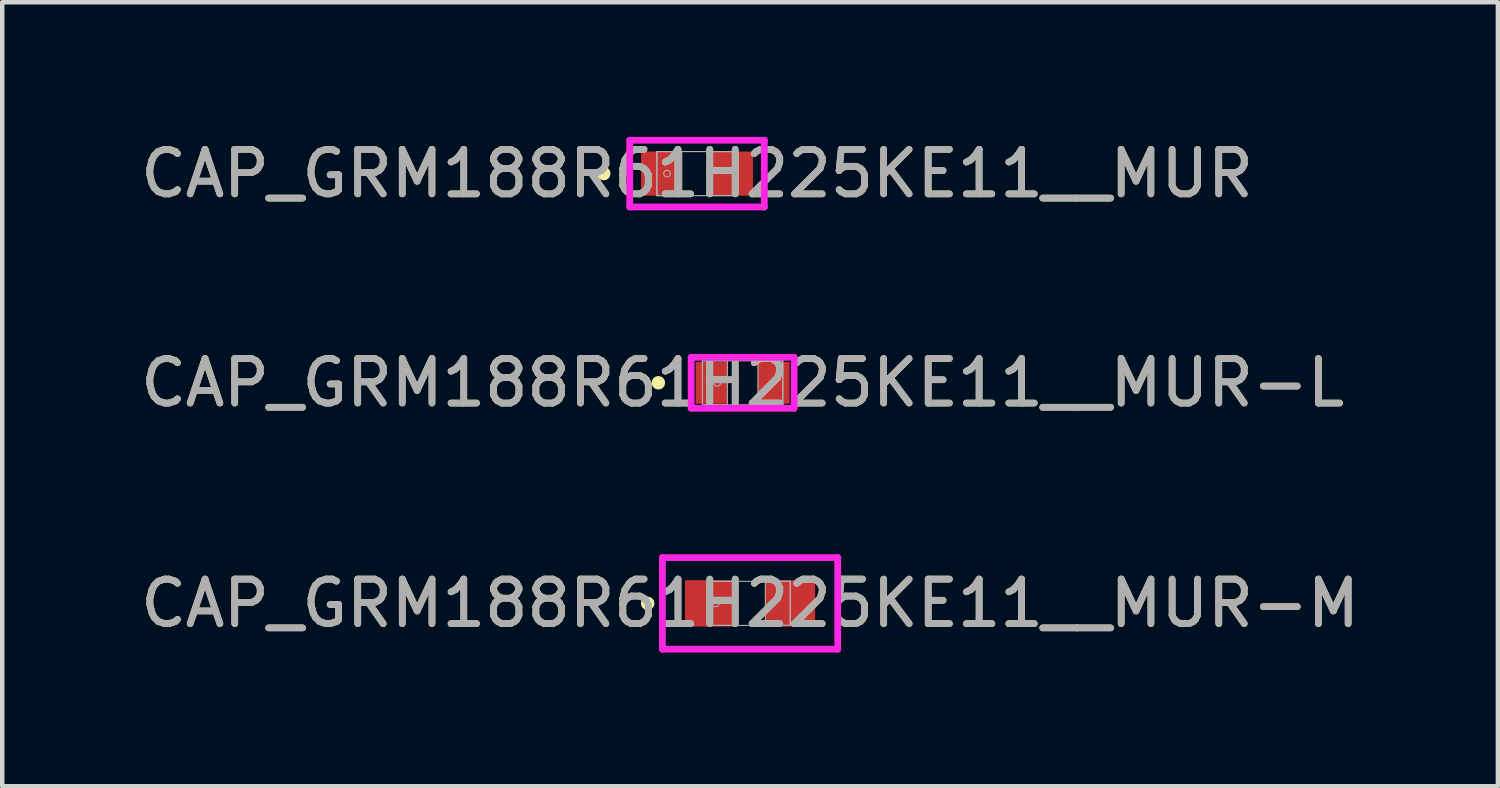
<source format=kicad_pcb>
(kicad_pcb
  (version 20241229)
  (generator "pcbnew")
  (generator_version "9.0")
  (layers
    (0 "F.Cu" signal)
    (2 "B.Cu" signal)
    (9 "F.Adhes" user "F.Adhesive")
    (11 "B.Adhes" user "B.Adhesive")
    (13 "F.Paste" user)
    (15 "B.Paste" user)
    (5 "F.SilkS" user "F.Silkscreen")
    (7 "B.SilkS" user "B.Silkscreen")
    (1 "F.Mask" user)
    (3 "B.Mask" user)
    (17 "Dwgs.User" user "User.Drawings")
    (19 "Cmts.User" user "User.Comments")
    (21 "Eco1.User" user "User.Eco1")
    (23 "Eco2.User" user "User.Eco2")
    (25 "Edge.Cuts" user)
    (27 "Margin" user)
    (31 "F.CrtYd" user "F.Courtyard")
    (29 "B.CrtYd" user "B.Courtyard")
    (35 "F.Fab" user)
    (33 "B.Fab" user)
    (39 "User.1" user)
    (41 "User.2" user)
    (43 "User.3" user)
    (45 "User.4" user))
  (footprint "CAP_GRM188R61H225KE11__MUR"
    (layer "F.Cu")
    (at 12.601 0.848)
    (property "Reference" "CAP_GRM188R61H225KE11__MUR" (at 0 0 0) (unlocked yes) (layer "F.SilkS") (effects (font (size 1 1) (thickness 0.15))))
    (attr smd)
    (fp_circle (center -2.095 0) (end -2.019 0) (stroke (width 0.152) (type solid)) (fill no) (layer "F.SilkS"))
    (fp_line (start -1.511 -0.749) (end 1.511 -0.749) (stroke (width 0.152) (type solid)) (layer "F.CrtYd"))
    (fp_line (start -1.511 0.749) (end -1.511 -0.749) (stroke (width 0.152) (type solid)) (layer "F.CrtYd"))
    (fp_line (start 1.511 -0.749) (end 1.511 0.749) (stroke (width 0.152) (type solid)) (layer "F.CrtYd"))
    (fp_line (start 1.511 0.749) (end -1.511 0.749) (stroke (width 0.152) (type solid)) (layer "F.CrtYd"))
    (fp_line (start -0.902 -0.495) (end -0.902 0.495) (stroke (width 0.025) (type solid)) (layer "F.Fab"))
    (fp_line (start -0.902 -0.495) (end -0.902 0.495) (stroke (width 0.025) (type solid)) (layer "F.Fab"))
    (fp_line (start -0.902 0.495) (end -0.343 0.495) (stroke (width 0.025) (type solid)) (layer "F.Fab"))
    (fp_line (start -0.902 0.495) (end 0.902 0.495) (stroke (width 0.025) (type solid)) (layer "F.Fab"))
    (fp_line (start -0.343 -0.495) (end -0.902 -0.495) (stroke (width 0.025) (type solid)) (layer "F.Fab"))
    (fp_line (start -0.343 0.495) (end -0.343 -0.495) (stroke (width 0.025) (type solid)) (layer "F.Fab"))
    (fp_line (start 0.343 -0.495) (end 0.343 0.495) (stroke (width 0.025) (type solid)) (layer "F.Fab"))
    (fp_line (start 0.343 0.495) (end 0.902 0.495) (stroke (width 0.025) (type solid)) (layer "F.Fab"))
    (fp_line (start 0.902 -0.495) (end -0.902 -0.495) (stroke (width 0.025) (type solid)) (layer "F.Fab"))
    (fp_line (start 0.902 -0.495) (end 0.343 -0.495) (stroke (width 0.025) (type solid)) (layer "F.Fab"))
    (fp_line (start 0.902 0.495) (end 0.902 -0.495) (stroke (width 0.025) (type solid)) (layer "F.Fab"))
    (fp_line (start 0.902 0.495) (end 0.902 -0.495) (stroke (width 0.025) (type solid)) (layer "F.Fab"))
    (fp_circle (center -0.673 0) (end -0.597 0) (stroke (width 0.025) (type solid)) (fill no) (layer "F.Fab"))
    (fp_text user "${REFERENCE}" (at 0 0 0) (unlocked yes) (layer "F.Fab") (effects (font (size 1 1) (thickness 0.15))))
    (pad "1" smd rect (at -0.8 0) (size 0.914 0.991) (layers "F.Cu" "F.Mask" "F.Paste"))
    (pad "2" smd rect (at 0.8 0) (size 0.914 0.991) (layers "F.Cu" "F.Mask" "F.Paste"))
    (zone (net_name "") (layer "F.Cu") (hatch full 0.508) (connect_pads) (min_thickness 0.254) (filled_areas_thickness no) (keepout (tracks not_allowed) (vias not_allowed) (pads allowed) (copperpour not_allowed) (footprints allowed)) (placement (enabled no)) (fill) (polygon (pts (xy 12.309 0.404) (xy 12.893 0.404) (xy 12.893 1.293) (xy 12.309 1.293)))))
  (footprint "CAP_GRM188R61H225KE11__MUR-L"
    (layer "F.Cu")
    (at 13.625 5.545)
    (property "Reference" "CAP_GRM188R61H225KE11__MUR-L" (at 0 0 0) (unlocked yes) (layer "F.SilkS") (effects (font (size 1 1) (thickness 0.15))))
    (attr smd)
    (fp_circle (center -1.892 0) (end -1.816 0) (stroke (width 0.152) (type solid)) (fill no) (layer "F.SilkS"))
    (fp_line (start -1.156 -0.572) (end 1.156 -0.572) (stroke (width 0.152) (type solid)) (layer "F.CrtYd"))
    (fp_line (start -1.156 0.572) (end -1.156 -0.572) (stroke (width 0.152) (type solid)) (layer "F.CrtYd"))
    (fp_line (start 1.156 -0.572) (end 1.156 0.572) (stroke (width 0.152) (type solid)) (layer "F.CrtYd"))
    (fp_line (start 1.156 0.572) (end -1.156 0.572) (stroke (width 0.152) (type solid)) (layer "F.CrtYd"))
    (fp_line (start -0.902 -0.495) (end -0.902 0.495) (stroke (width 0.025) (type solid)) (layer "F.Fab"))
    (fp_line (start -0.902 -0.495) (end -0.902 0.495) (stroke (width 0.025) (type solid)) (layer "F.Fab"))
    (fp_line (start -0.902 0.495) (end -0.343 0.495) (stroke (width 0.025) (type solid)) (layer "F.Fab"))
    (fp_line (start -0.902 0.495) (end 0.902 0.495) (stroke (width 0.025) (type solid)) (layer "F.Fab"))
    (fp_line (start -0.343 -0.495) (end -0.902 -0.495) (stroke (width 0.025) (type solid)) (layer "F.Fab"))
    (fp_line (start -0.343 0.495) (end -0.343 -0.495) (stroke (width 0.025) (type solid)) (layer "F.Fab"))
    (fp_line (start 0.343 -0.495) (end 0.343 0.495) (stroke (width 0.025) (type solid)) (layer "F.Fab"))
    (fp_line (start 0.343 0.495) (end 0.902 0.495) (stroke (width 0.025) (type solid)) (layer "F.Fab"))
    (fp_line (start 0.902 -0.495) (end -0.902 -0.495) (stroke (width 0.025) (type solid)) (layer "F.Fab"))
    (fp_line (start 0.902 -0.495) (end 0.343 -0.495) (stroke (width 0.025) (type solid)) (layer "F.Fab"))
    (fp_line (start 0.902 0.495) (end 0.902 -0.495) (stroke (width 0.025) (type solid)) (layer "F.Fab"))
    (fp_line (start 0.902 0.495) (end 0.902 -0.495) (stroke (width 0.025) (type solid)) (layer "F.Fab"))
    (fp_circle (center -0.572 0) (end -0.495 0) (stroke (width 0.025) (type solid)) (fill no) (layer "F.Fab"))
    (fp_text user "${REFERENCE}" (at 0 0 0) (unlocked yes) (layer "F.Fab") (effects (font (size 1 1) (thickness 0.15))))
    (pad "1" smd rect (at -0.699 0) (size 0.711 0.94) (layers "F.Cu" "F.Mask" "F.Paste"))
    (pad "2" smd rect (at 0.699 0) (size 0.711 0.94) (layers "F.Cu" "F.Mask" "F.Paste"))
    (zone (net_name "") (layer "F.Cu") (hatch full 0.508) (connect_pads) (min_thickness 0.254) (filled_areas_thickness no) (keepout (tracks not_allowed) (vias not_allowed) (pads allowed) (copperpour not_allowed) (footprints allowed)) (placement (enabled no)) (fill) (polygon (pts (xy 13.333 5.1) (xy 13.917 5.1) (xy 13.917 5.989) (xy 13.333 5.989)))))
  (footprint "CAP_GRM188R61H225KE11__MUR-M"
    (layer "F.Cu")
    (at 13.792 10.498)
    (property "Reference" "CAP_GRM188R61H225KE11__MUR-M" (at 0 0 0) (unlocked yes) (layer "F.SilkS") (effects (font (size 1 1) (thickness 0.15))))
    (attr smd)
    (fp_circle (center -2.299 0) (end -2.223 0) (stroke (width 0.152) (type solid)) (fill no) (layer "F.SilkS"))
    (fp_line (start -1.968 -1.029) (end 1.968 -1.029) (stroke (width 0.152) (type solid)) (layer "F.CrtYd"))
    (fp_line (start -1.968 1.029) (end -1.968 -1.029) (stroke (width 0.152) (type solid)) (layer "F.CrtYd"))
    (fp_line (start 1.968 -1.029) (end 1.968 1.029) (stroke (width 0.152) (type solid)) (layer "F.CrtYd"))
    (fp_line (start 1.968 1.029) (end -1.968 1.029) (stroke (width 0.152) (type solid)) (layer "F.CrtYd"))
    (fp_line (start -0.902 -0.495) (end -0.902 0.495) (stroke (width 0.025) (type solid)) (layer "F.Fab"))
    (fp_line (start -0.902 -0.495) (end -0.902 0.495) (stroke (width 0.025) (type solid)) (layer "F.Fab"))
    (fp_line (start -0.902 0.495) (end -0.343 0.495) (stroke (width 0.025) (type solid)) (layer "F.Fab"))
    (fp_line (start -0.902 0.495) (end 0.902 0.495) (stroke (width 0.025) (type solid)) (layer "F.Fab"))
    (fp_line (start -0.343 -0.495) (end -0.902 -0.495) (stroke (width 0.025) (type solid)) (layer "F.Fab"))
    (fp_line (start -0.343 0.495) (end -0.343 -0.495) (stroke (width 0.025) (type solid)) (layer "F.Fab"))
    (fp_line (start 0.343 -0.495) (end 0.343 0.495) (stroke (width 0.025) (type solid)) (layer "F.Fab"))
    (fp_line (start 0.343 0.495) (end 0.902 0.495) (stroke (width 0.025) (type solid)) (layer "F.Fab"))
    (fp_line (start 0.902 -0.495) (end -0.902 -0.495) (stroke (width 0.025) (type solid)) (layer "F.Fab"))
    (fp_line (start 0.902 -0.495) (end 0.343 -0.495) (stroke (width 0.025) (type solid)) (layer "F.Fab"))
    (fp_line (start 0.902 0.495) (end 0.902 -0.495) (stroke (width 0.025) (type solid)) (layer "F.Fab"))
    (fp_line (start 0.902 0.495) (end 0.902 -0.495) (stroke (width 0.025) (type solid)) (layer "F.Fab"))
    (fp_circle (center -0.775 0) (end -0.699 0) (stroke (width 0.025) (type solid)) (fill no) (layer "F.Fab"))
    (fp_text user "${REFERENCE}" (at 0 0 0) (unlocked yes) (layer "F.Fab") (effects (font (size 1 1) (thickness 0.15))))
    (pad "1" smd rect (at -0.902 0) (size 1.118 1.041) (layers "F.Cu" "F.Mask" "F.Paste"))
    (pad "2" smd rect (at 0.902 0) (size 1.118 1.041) (layers "F.Cu" "F.Mask" "F.Paste"))
    (zone (net_name "") (layer "F.Cu") (hatch full 0.508) (connect_pads) (min_thickness 0.254) (filled_areas_thickness no) (keepout (tracks not_allowed) (vias not_allowed) (pads allowed) (copperpour not_allowed) (footprints allowed)) (placement (enabled no)) (fill) (polygon (pts (xy 13.5 10.053) (xy 14.084 10.053) (xy 14.084 10.942) (xy 13.5 10.942)))))
  (gr_rect
    (start -3 -3)
    (end 30.583 14.603)
    (stroke (width 0.1) (type default))
    (fill no)
    (layer "Edge.Cuts")))
</source>
